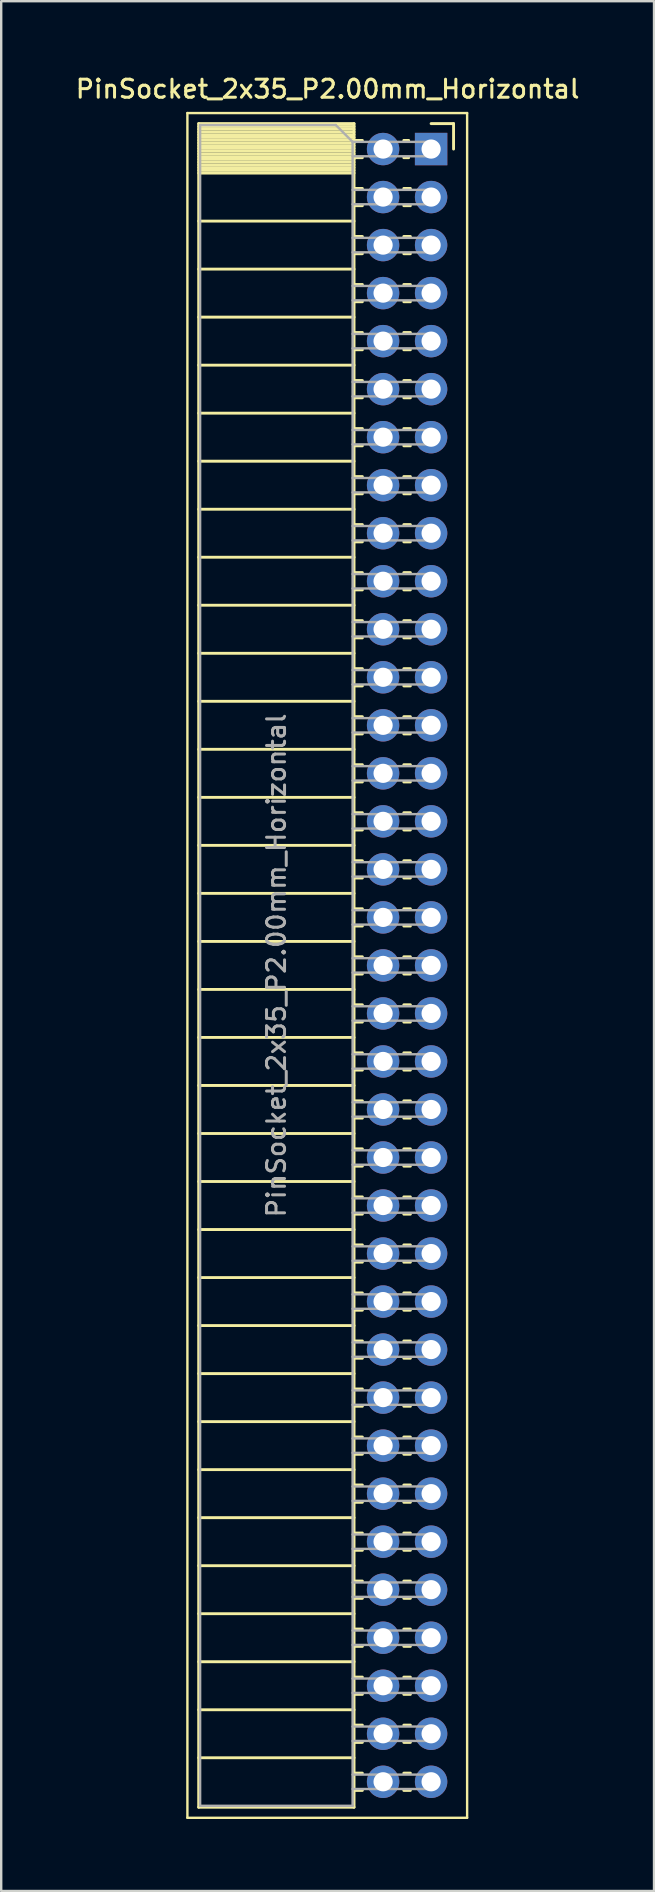
<source format=kicad_pcb>
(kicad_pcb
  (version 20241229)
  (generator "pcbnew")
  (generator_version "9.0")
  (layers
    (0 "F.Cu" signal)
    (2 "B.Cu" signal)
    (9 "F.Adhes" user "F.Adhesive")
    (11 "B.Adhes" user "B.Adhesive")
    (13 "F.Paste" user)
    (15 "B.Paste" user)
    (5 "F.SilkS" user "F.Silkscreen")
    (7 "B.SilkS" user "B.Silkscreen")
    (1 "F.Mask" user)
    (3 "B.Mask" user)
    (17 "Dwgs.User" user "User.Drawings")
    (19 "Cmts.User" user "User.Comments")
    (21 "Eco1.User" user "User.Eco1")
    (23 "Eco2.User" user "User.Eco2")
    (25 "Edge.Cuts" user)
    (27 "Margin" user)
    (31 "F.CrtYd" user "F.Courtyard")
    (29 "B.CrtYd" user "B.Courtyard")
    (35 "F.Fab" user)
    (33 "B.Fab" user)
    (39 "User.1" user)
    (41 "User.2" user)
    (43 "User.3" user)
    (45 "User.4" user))
  (footprint "PinSocket_2x35_P2.00mm_Horizontal"
    (layer "F.Cu")
    (at 14.905 3.158)
    (property "Reference" "PinSocket_2x35_P2.00mm_Horizontal" (at -4.31 -2.5 0) (layer "F.SilkS") (effects (font (size 0.75 0.75) (thickness 0.125))))
    (attr through_hole)
    (fp_line (start -10.15 -1.5) (end -10.15 69.5) (stroke (width 0.1) (type solid)) (layer "F.SilkS"))
    (fp_line (start -10.15 69.5) (end 1.5 69.5) (stroke (width 0.1) (type solid)) (layer "F.SilkS"))
    (fp_line (start -9.68 -1.06) (end -9.68 69.06) (stroke (width 0.12) (type solid)) (layer "F.SilkS"))
    (fp_line (start -9.68 -1.06) (end -3.21 -1.06) (stroke (width 0.12) (type solid)) (layer "F.SilkS"))
    (fp_line (start -9.68 -0.94) (end -3.21 -0.94) (stroke (width 0.12) (type solid)) (layer "F.SilkS"))
    (fp_line (start -9.68 -0.826) (end -3.21 -0.826) (stroke (width 0.12) (type solid)) (layer "F.SilkS"))
    (fp_line (start -9.68 -0.712) (end -3.21 -0.712) (stroke (width 0.12) (type solid)) (layer "F.SilkS"))
    (fp_line (start -9.68 -0.598) (end -3.21 -0.598) (stroke (width 0.12) (type solid)) (layer "F.SilkS"))
    (fp_line (start -9.68 -0.484) (end -3.21 -0.484) (stroke (width 0.12) (type solid)) (layer "F.SilkS"))
    (fp_line (start -9.68 -0.369) (end -3.21 -0.369) (stroke (width 0.12) (type solid)) (layer "F.SilkS"))
    (fp_line (start -9.68 -0.255) (end -3.21 -0.255) (stroke (width 0.12) (type solid)) (layer "F.SilkS"))
    (fp_line (start -9.68 -0.141) (end -3.21 -0.141) (stroke (width 0.12) (type solid)) (layer "F.SilkS"))
    (fp_line (start -9.68 -0.027) (end -3.21 -0.027) (stroke (width 0.12) (type solid)) (layer "F.SilkS"))
    (fp_line (start -9.68 0.087) (end -3.21 0.087) (stroke (width 0.12) (type solid)) (layer "F.SilkS"))
    (fp_line (start -9.68 0.201) (end -3.21 0.201) (stroke (width 0.12) (type solid)) (layer "F.SilkS"))
    (fp_line (start -9.68 0.315) (end -3.21 0.315) (stroke (width 0.12) (type solid)) (layer "F.SilkS"))
    (fp_line (start -9.68 0.429) (end -3.21 0.429) (stroke (width 0.12) (type solid)) (layer "F.SilkS"))
    (fp_line (start -9.68 0.544) (end -3.21 0.544) (stroke (width 0.12) (type solid)) (layer "F.SilkS"))
    (fp_line (start -9.68 0.658) (end -3.21 0.658) (stroke (width 0.12) (type solid)) (layer "F.SilkS"))
    (fp_line (start -9.68 0.772) (end -3.21 0.772) (stroke (width 0.12) (type solid)) (layer "F.SilkS"))
    (fp_line (start -9.68 0.886) (end -3.21 0.886) (stroke (width 0.12) (type solid)) (layer "F.SilkS"))
    (fp_line (start -9.68 1) (end -3.21 1) (stroke (width 0.12) (type solid)) (layer "F.SilkS"))
    (fp_line (start -9.68 3) (end -3.21 3) (stroke (width 0.12) (type solid)) (layer "F.SilkS"))
    (fp_line (start -9.68 5) (end -3.21 5) (stroke (width 0.12) (type solid)) (layer "F.SilkS"))
    (fp_line (start -9.68 7) (end -3.21 7) (stroke (width 0.12) (type solid)) (layer "F.SilkS"))
    (fp_line (start -9.68 9) (end -3.21 9) (stroke (width 0.12) (type solid)) (layer "F.SilkS"))
    (fp_line (start -9.68 11) (end -3.21 11) (stroke (width 0.12) (type solid)) (layer "F.SilkS"))
    (fp_line (start -9.68 13) (end -3.21 13) (stroke (width 0.12) (type solid)) (layer "F.SilkS"))
    (fp_line (start -9.68 15) (end -3.21 15) (stroke (width 0.12) (type solid)) (layer "F.SilkS"))
    (fp_line (start -9.68 17) (end -3.21 17) (stroke (width 0.12) (type solid)) (layer "F.SilkS"))
    (fp_line (start -9.68 19) (end -3.21 19) (stroke (width 0.12) (type solid)) (layer "F.SilkS"))
    (fp_line (start -9.68 21) (end -3.21 21) (stroke (width 0.12) (type solid)) (layer "F.SilkS"))
    (fp_line (start -9.68 23) (end -3.21 23) (stroke (width 0.12) (type solid)) (layer "F.SilkS"))
    (fp_line (start -9.68 25) (end -3.21 25) (stroke (width 0.12) (type solid)) (layer "F.SilkS"))
    (fp_line (start -9.68 27) (end -3.21 27) (stroke (width 0.12) (type solid)) (layer "F.SilkS"))
    (fp_line (start -9.68 29) (end -3.21 29) (stroke (width 0.12) (type solid)) (layer "F.SilkS"))
    (fp_line (start -9.68 31) (end -3.21 31) (stroke (width 0.12) (type solid)) (layer "F.SilkS"))
    (fp_line (start -9.68 33) (end -3.21 33) (stroke (width 0.12) (type solid)) (layer "F.SilkS"))
    (fp_line (start -9.68 35) (end -3.21 35) (stroke (width 0.12) (type solid)) (layer "F.SilkS"))
    (fp_line (start -9.68 37) (end -3.21 37) (stroke (width 0.12) (type solid)) (layer "F.SilkS"))
    (fp_line (start -9.68 39) (end -3.21 39) (stroke (width 0.12) (type solid)) (layer "F.SilkS"))
    (fp_line (start -9.68 41) (end -3.21 41) (stroke (width 0.12) (type solid)) (layer "F.SilkS"))
    (fp_line (start -9.68 43) (end -3.21 43) (stroke (width 0.12) (type solid)) (layer "F.SilkS"))
    (fp_line (start -9.68 45) (end -3.21 45) (stroke (width 0.12) (type solid)) (layer "F.SilkS"))
    (fp_line (start -9.68 47) (end -3.21 47) (stroke (width 0.12) (type solid)) (layer "F.SilkS"))
    (fp_line (start -9.68 49) (end -3.21 49) (stroke (width 0.12) (type solid)) (layer "F.SilkS"))
    (fp_line (start -9.68 51) (end -3.21 51) (stroke (width 0.12) (type solid)) (layer "F.SilkS"))
    (fp_line (start -9.68 53) (end -3.21 53) (stroke (width 0.12) (type solid)) (layer "F.SilkS"))
    (fp_line (start -9.68 55) (end -3.21 55) (stroke (width 0.12) (type solid)) (layer "F.SilkS"))
    (fp_line (start -9.68 57) (end -3.21 57) (stroke (width 0.12) (type solid)) (layer "F.SilkS"))
    (fp_line (start -9.68 59) (end -3.21 59) (stroke (width 0.12) (type solid)) (layer "F.SilkS"))
    (fp_line (start -9.68 61) (end -3.21 61) (stroke (width 0.12) (type solid)) (layer "F.SilkS"))
    (fp_line (start -9.68 63) (end -3.21 63) (stroke (width 0.12) (type solid)) (layer "F.SilkS"))
    (fp_line (start -9.68 65) (end -3.21 65) (stroke (width 0.12) (type solid)) (layer "F.SilkS"))
    (fp_line (start -9.68 67) (end -3.21 67) (stroke (width 0.12) (type solid)) (layer "F.SilkS"))
    (fp_line (start -9.68 69.06) (end -3.21 69.06) (stroke (width 0.12) (type solid)) (layer "F.SilkS"))
    (fp_line (start -3.21 -1.06) (end -3.21 69.06) (stroke (width 0.12) (type solid)) (layer "F.SilkS"))
    (fp_line (start -3.21 -0.36) (end -2.863 -0.36) (stroke (width 0.12) (type solid)) (layer "F.SilkS"))
    (fp_line (start -3.21 0.36) (end -2.863 0.36) (stroke (width 0.12) (type solid)) (layer "F.SilkS"))
    (fp_line (start -3.21 1.64) (end -2.863 1.64) (stroke (width 0.12) (type solid)) (layer "F.SilkS"))
    (fp_line (start -3.21 2.36) (end -2.863 2.36) (stroke (width 0.12) (type solid)) (layer "F.SilkS"))
    (fp_line (start -3.21 3.64) (end -2.863 3.64) (stroke (width 0.12) (type solid)) (layer "F.SilkS"))
    (fp_line (start -3.21 4.36) (end -2.863 4.36) (stroke (width 0.12) (type solid)) (layer "F.SilkS"))
    (fp_line (start -3.21 5.64) (end -2.863 5.64) (stroke (width 0.12) (type solid)) (layer "F.SilkS"))
    (fp_line (start -3.21 6.36) (end -2.863 6.36) (stroke (width 0.12) (type solid)) (layer "F.SilkS"))
    (fp_line (start -3.21 7.64) (end -2.863 7.64) (stroke (width 0.12) (type solid)) (layer "F.SilkS"))
    (fp_line (start -3.21 8.36) (end -2.863 8.36) (stroke (width 0.12) (type solid)) (layer "F.SilkS"))
    (fp_line (start -3.21 9.64) (end -2.863 9.64) (stroke (width 0.12) (type solid)) (layer "F.SilkS"))
    (fp_line (start -3.21 10.36) (end -2.863 10.36) (stroke (width 0.12) (type solid)) (layer "F.SilkS"))
    (fp_line (start -3.21 11.64) (end -2.863 11.64) (stroke (width 0.12) (type solid)) (layer "F.SilkS"))
    (fp_line (start -3.21 12.36) (end -2.863 12.36) (stroke (width 0.12) (type solid)) (layer "F.SilkS"))
    (fp_line (start -3.21 13.64) (end -2.863 13.64) (stroke (width 0.12) (type solid)) (layer "F.SilkS"))
    (fp_line (start -3.21 14.36) (end -2.863 14.36) (stroke (width 0.12) (type solid)) (layer "F.SilkS"))
    (fp_line (start -3.21 15.64) (end -2.863 15.64) (stroke (width 0.12) (type solid)) (layer "F.SilkS"))
    (fp_line (start -3.21 16.36) (end -2.863 16.36) (stroke (width 0.12) (type solid)) (layer "F.SilkS"))
    (fp_line (start -3.21 17.64) (end -2.863 17.64) (stroke (width 0.12) (type solid)) (layer "F.SilkS"))
    (fp_line (start -3.21 18.36) (end -2.863 18.36) (stroke (width 0.12) (type solid)) (layer "F.SilkS"))
    (fp_line (start -3.21 19.64) (end -2.863 19.64) (stroke (width 0.12) (type solid)) (layer "F.SilkS"))
    (fp_line (start -3.21 20.36) (end -2.863 20.36) (stroke (width 0.12) (type solid)) (layer "F.SilkS"))
    (fp_line (start -3.21 21.64) (end -2.863 21.64) (stroke (width 0.12) (type solid)) (layer "F.SilkS"))
    (fp_line (start -3.21 22.36) (end -2.863 22.36) (stroke (width 0.12) (type solid)) (layer "F.SilkS"))
    (fp_line (start -3.21 23.64) (end -2.863 23.64) (stroke (width 0.12) (type solid)) (layer "F.SilkS"))
    (fp_line (start -3.21 24.36) (end -2.863 24.36) (stroke (width 0.12) (type solid)) (layer "F.SilkS"))
    (fp_line (start -3.21 25.64) (end -2.863 25.64) (stroke (width 0.12) (type solid)) (layer "F.SilkS"))
    (fp_line (start -3.21 26.36) (end -2.863 26.36) (stroke (width 0.12) (type solid)) (layer "F.SilkS"))
    (fp_line (start -3.21 27.64) (end -2.863 27.64) (stroke (width 0.12) (type solid)) (layer "F.SilkS"))
    (fp_line (start -3.21 28.36) (end -2.863 28.36) (stroke (width 0.12) (type solid)) (layer "F.SilkS"))
    (fp_line (start -3.21 29.64) (end -2.863 29.64) (stroke (width 0.12) (type solid)) (layer "F.SilkS"))
    (fp_line (start -3.21 30.36) (end -2.863 30.36) (stroke (width 0.12) (type solid)) (layer "F.SilkS"))
    (fp_line (start -3.21 31.64) (end -2.863 31.64) (stroke (width 0.12) (type solid)) (layer "F.SilkS"))
    (fp_line (start -3.21 32.36) (end -2.863 32.36) (stroke (width 0.12) (type solid)) (layer "F.SilkS"))
    (fp_line (start -3.21 33.64) (end -2.863 33.64) (stroke (width 0.12) (type solid)) (layer "F.SilkS"))
    (fp_line (start -3.21 34.36) (end -2.863 34.36) (stroke (width 0.12) (type solid)) (layer "F.SilkS"))
    (fp_line (start -3.21 35.64) (end -2.863 35.64) (stroke (width 0.12) (type solid)) (layer "F.SilkS"))
    (fp_line (start -3.21 36.36) (end -2.863 36.36) (stroke (width 0.12) (type solid)) (layer "F.SilkS"))
    (fp_line (start -3.21 37.64) (end -2.863 37.64) (stroke (width 0.12) (type solid)) (layer "F.SilkS"))
    (fp_line (start -3.21 38.36) (end -2.863 38.36) (stroke (width 0.12) (type solid)) (layer "F.SilkS"))
    (fp_line (start -3.21 39.64) (end -2.863 39.64) (stroke (width 0.12) (type solid)) (layer "F.SilkS"))
    (fp_line (start -3.21 40.36) (end -2.863 40.36) (stroke (width 0.12) (type solid)) (layer "F.SilkS"))
    (fp_line (start -3.21 41.64) (end -2.863 41.64) (stroke (width 0.12) (type solid)) (layer "F.SilkS"))
    (fp_line (start -3.21 42.36) (end -2.863 42.36) (stroke (width 0.12) (type solid)) (layer "F.SilkS"))
    (fp_line (start -3.21 43.64) (end -2.863 43.64) (stroke (width 0.12) (type solid)) (layer "F.SilkS"))
    (fp_line (start -3.21 44.36) (end -2.863 44.36) (stroke (width 0.12) (type solid)) (layer "F.SilkS"))
    (fp_line (start -3.21 45.64) (end -2.863 45.64) (stroke (width 0.12) (type solid)) (layer "F.SilkS"))
    (fp_line (start -3.21 46.36) (end -2.863 46.36) (stroke (width 0.12) (type solid)) (layer "F.SilkS"))
    (fp_line (start -3.21 47.64) (end -2.863 47.64) (stroke (width 0.12) (type solid)) (layer "F.SilkS"))
    (fp_line (start -3.21 48.36) (end -2.863 48.36) (stroke (width 0.12) (type solid)) (layer "F.SilkS"))
    (fp_line (start -3.21 49.64) (end -2.863 49.64) (stroke (width 0.12) (type solid)) (layer "F.SilkS"))
    (fp_line (start -3.21 50.36) (end -2.863 50.36) (stroke (width 0.12) (type solid)) (layer "F.SilkS"))
    (fp_line (start -3.21 51.64) (end -2.863 51.64) (stroke (width 0.12) (type solid)) (layer "F.SilkS"))
    (fp_line (start -3.21 52.36) (end -2.863 52.36) (stroke (width 0.12) (type solid)) (layer "F.SilkS"))
    (fp_line (start -3.21 53.64) (end -2.863 53.64) (stroke (width 0.12) (type solid)) (layer "F.SilkS"))
    (fp_line (start -3.21 54.36) (end -2.863 54.36) (stroke (width 0.12) (type solid)) (layer "F.SilkS"))
    (fp_line (start -3.21 55.64) (end -2.863 55.64) (stroke (width 0.12) (type solid)) (layer "F.SilkS"))
    (fp_line (start -3.21 56.36) (end -2.863 56.36) (stroke (width 0.12) (type solid)) (layer "F.SilkS"))
    (fp_line (start -3.21 57.64) (end -2.863 57.64) (stroke (width 0.12) (type solid)) (layer "F.SilkS"))
    (fp_line (start -3.21 58.36) (end -2.863 58.36) (stroke (width 0.12) (type solid)) (layer "F.SilkS"))
    (fp_line (start -3.21 59.64) (end -2.863 59.64) (stroke (width 0.12) (type solid)) (layer "F.SilkS"))
    (fp_line (start -3.21 60.36) (end -2.863 60.36) (stroke (width 0.12) (type solid)) (layer "F.SilkS"))
    (fp_line (start -3.21 61.64) (end -2.863 61.64) (stroke (width 0.12) (type solid)) (layer "F.SilkS"))
    (fp_line (start -3.21 62.36) (end -2.863 62.36) (stroke (width 0.12) (type solid)) (layer "F.SilkS"))
    (fp_line (start -3.21 63.64) (end -2.863 63.64) (stroke (width 0.12) (type solid)) (layer "F.SilkS"))
    (fp_line (start -3.21 64.36) (end -2.863 64.36) (stroke (width 0.12) (type solid)) (layer "F.SilkS"))
    (fp_line (start -3.21 65.64) (end -2.863 65.64) (stroke (width 0.12) (type solid)) (layer "F.SilkS"))
    (fp_line (start -3.21 66.36) (end -2.863 66.36) (stroke (width 0.12) (type solid)) (layer "F.SilkS"))
    (fp_line (start -3.21 67.64) (end -2.863 67.64) (stroke (width 0.12) (type solid)) (layer "F.SilkS"))
    (fp_line (start -3.21 68.36) (end -2.863 68.36) (stroke (width 0.12) (type solid)) (layer "F.SilkS"))
    (fp_line (start -1.137 -0.36) (end -0.935 -0.36) (stroke (width 0.12) (type solid)) (layer "F.SilkS"))
    (fp_line (start -1.137 0.36) (end -0.935 0.36) (stroke (width 0.12) (type solid)) (layer "F.SilkS"))
    (fp_line (start -1.137 1.64) (end -0.863 1.64) (stroke (width 0.12) (type solid)) (layer "F.SilkS"))
    (fp_line (start -1.137 2.36) (end -0.863 2.36) (stroke (width 0.12) (type solid)) (layer "F.SilkS"))
    (fp_line (start -1.137 3.64) (end -0.863 3.64) (stroke (width 0.12) (type solid)) (layer "F.SilkS"))
    (fp_line (start -1.137 4.36) (end -0.863 4.36) (stroke (width 0.12) (type solid)) (layer "F.SilkS"))
    (fp_line (start -1.137 5.64) (end -0.863 5.64) (stroke (width 0.12) (type solid)) (layer "F.SilkS"))
    (fp_line (start -1.137 6.36) (end -0.863 6.36) (stroke (width 0.12) (type solid)) (layer "F.SilkS"))
    (fp_line (start -1.137 7.64) (end -0.863 7.64) (stroke (width 0.12) (type solid)) (layer "F.SilkS"))
    (fp_line (start -1.137 8.36) (end -0.863 8.36) (stroke (width 0.12) (type solid)) (layer "F.SilkS"))
    (fp_line (start -1.137 9.64) (end -0.863 9.64) (stroke (width 0.12) (type solid)) (layer "F.SilkS"))
    (fp_line (start -1.137 10.36) (end -0.863 10.36) (stroke (width 0.12) (type solid)) (layer "F.SilkS"))
    (fp_line (start -1.137 11.64) (end -0.863 11.64) (stroke (width 0.12) (type solid)) (layer "F.SilkS"))
    (fp_line (start -1.137 12.36) (end -0.863 12.36) (stroke (width 0.12) (type solid)) (layer "F.SilkS"))
    (fp_line (start -1.137 13.64) (end -0.863 13.64) (stroke (width 0.12) (type solid)) (layer "F.SilkS"))
    (fp_line (start -1.137 14.36) (end -0.863 14.36) (stroke (width 0.12) (type solid)) (layer "F.SilkS"))
    (fp_line (start -1.137 15.64) (end -0.863 15.64) (stroke (width 0.12) (type solid)) (layer "F.SilkS"))
    (fp_line (start -1.137 16.36) (end -0.863 16.36) (stroke (width 0.12) (type solid)) (layer "F.SilkS"))
    (fp_line (start -1.137 17.64) (end -0.863 17.64) (stroke (width 0.12) (type solid)) (layer "F.SilkS"))
    (fp_line (start -1.137 18.36) (end -0.863 18.36) (stroke (width 0.12) (type solid)) (layer "F.SilkS"))
    (fp_line (start -1.137 19.64) (end -0.863 19.64) (stroke (width 0.12) (type solid)) (layer "F.SilkS"))
    (fp_line (start -1.137 20.36) (end -0.863 20.36) (stroke (width 0.12) (type solid)) (layer "F.SilkS"))
    (fp_line (start -1.137 21.64) (end -0.863 21.64) (stroke (width 0.12) (type solid)) (layer "F.SilkS"))
    (fp_line (start -1.137 22.36) (end -0.863 22.36) (stroke (width 0.12) (type solid)) (layer "F.SilkS"))
    (fp_line (start -1.137 23.64) (end -0.863 23.64) (stroke (width 0.12) (type solid)) (layer "F.SilkS"))
    (fp_line (start -1.137 24.36) (end -0.863 24.36) (stroke (width 0.12) (type solid)) (layer "F.SilkS"))
    (fp_line (start -1.137 25.64) (end -0.863 25.64) (stroke (width 0.12) (type solid)) (layer "F.SilkS"))
    (fp_line (start -1.137 26.36) (end -0.863 26.36) (stroke (width 0.12) (type solid)) (layer "F.SilkS"))
    (fp_line (start -1.137 27.64) (end -0.863 27.64) (stroke (width 0.12) (type solid)) (layer "F.SilkS"))
    (fp_line (start -1.137 28.36) (end -0.863 28.36) (stroke (width 0.12) (type solid)) (layer "F.SilkS"))
    (fp_line (start -1.137 29.64) (end -0.863 29.64) (stroke (width 0.12) (type solid)) (layer "F.SilkS"))
    (fp_line (start -1.137 30.36) (end -0.863 30.36) (stroke (width 0.12) (type solid)) (layer "F.SilkS"))
    (fp_line (start -1.137 31.64) (end -0.863 31.64) (stroke (width 0.12) (type solid)) (layer "F.SilkS"))
    (fp_line (start -1.137 32.36) (end -0.863 32.36) (stroke (width 0.12) (type solid)) (layer "F.SilkS"))
    (fp_line (start -1.137 33.64) (end -0.863 33.64) (stroke (width 0.12) (type solid)) (layer "F.SilkS"))
    (fp_line (start -1.137 34.36) (end -0.863 34.36) (stroke (width 0.12) (type solid)) (layer "F.SilkS"))
    (fp_line (start -1.137 35.64) (end -0.863 35.64) (stroke (width 0.12) (type solid)) (layer "F.SilkS"))
    (fp_line (start -1.137 36.36) (end -0.863 36.36) (stroke (width 0.12) (type solid)) (layer "F.SilkS"))
    (fp_line (start -1.137 37.64) (end -0.863 37.64) (stroke (width 0.12) (type solid)) (layer "F.SilkS"))
    (fp_line (start -1.137 38.36) (end -0.863 38.36) (stroke (width 0.12) (type solid)) (layer "F.SilkS"))
    (fp_line (start -1.137 39.64) (end -0.863 39.64) (stroke (width 0.12) (type solid)) (layer "F.SilkS"))
    (fp_line (start -1.137 40.36) (end -0.863 40.36) (stroke (width 0.12) (type solid)) (layer "F.SilkS"))
    (fp_line (start -1.137 41.64) (end -0.863 41.64) (stroke (width 0.12) (type solid)) (layer "F.SilkS"))
    (fp_line (start -1.137 42.36) (end -0.863 42.36) (stroke (width 0.12) (type solid)) (layer "F.SilkS"))
    (fp_line (start -1.137 43.64) (end -0.863 43.64) (stroke (width 0.12) (type solid)) (layer "F.SilkS"))
    (fp_line (start -1.137 44.36) (end -0.863 44.36) (stroke (width 0.12) (type solid)) (layer "F.SilkS"))
    (fp_line (start -1.137 45.64) (end -0.863 45.64) (stroke (width 0.12) (type solid)) (layer "F.SilkS"))
    (fp_line (start -1.137 46.36) (end -0.863 46.36) (stroke (width 0.12) (type solid)) (layer "F.SilkS"))
    (fp_line (start -1.137 47.64) (end -0.863 47.64) (stroke (width 0.12) (type solid)) (layer "F.SilkS"))
    (fp_line (start -1.137 48.36) (end -0.863 48.36) (stroke (width 0.12) (type solid)) (layer "F.SilkS"))
    (fp_line (start -1.137 49.64) (end -0.863 49.64) (stroke (width 0.12) (type solid)) (layer "F.SilkS"))
    (fp_line (start -1.137 50.36) (end -0.863 50.36) (stroke (width 0.12) (type solid)) (layer "F.SilkS"))
    (fp_line (start -1.137 51.64) (end -0.863 51.64) (stroke (width 0.12) (type solid)) (layer "F.SilkS"))
    (fp_line (start -1.137 52.36) (end -0.863 52.36) (stroke (width 0.12) (type solid)) (layer "F.SilkS"))
    (fp_line (start -1.137 53.64) (end -0.863 53.64) (stroke (width 0.12) (type solid)) (layer "F.SilkS"))
    (fp_line (start -1.137 54.36) (end -0.863 54.36) (stroke (width 0.12) (type solid)) (layer "F.SilkS"))
    (fp_line (start -1.137 55.64) (end -0.863 55.64) (stroke (width 0.12) (type solid)) (layer "F.SilkS"))
    (fp_line (start -1.137 56.36) (end -0.863 56.36) (stroke (width 0.12) (type solid)) (layer "F.SilkS"))
    (fp_line (start -1.137 57.64) (end -0.863 57.64) (stroke (width 0.12) (type solid)) (layer "F.SilkS"))
    (fp_line (start -1.137 58.36) (end -0.863 58.36) (stroke (width 0.12) (type solid)) (layer "F.SilkS"))
    (fp_line (start -1.137 59.64) (end -0.863 59.64) (stroke (width 0.12) (type solid)) (layer "F.SilkS"))
    (fp_line (start -1.137 60.36) (end -0.863 60.36) (stroke (width 0.12) (type solid)) (layer "F.SilkS"))
    (fp_line (start -1.137 61.64) (end -0.863 61.64) (stroke (width 0.12) (type solid)) (layer "F.SilkS"))
    (fp_line (start -1.137 62.36) (end -0.863 62.36) (stroke (width 0.12) (type solid)) (layer "F.SilkS"))
    (fp_line (start -1.137 63.64) (end -0.863 63.64) (stroke (width 0.12) (type solid)) (layer "F.SilkS"))
    (fp_line (start -1.137 64.36) (end -0.863 64.36) (stroke (width 0.12) (type solid)) (layer "F.SilkS"))
    (fp_line (start -1.137 65.64) (end -0.863 65.64) (stroke (width 0.12) (type solid)) (layer "F.SilkS"))
    (fp_line (start -1.137 66.36) (end -0.863 66.36) (stroke (width 0.12) (type solid)) (layer "F.SilkS"))
    (fp_line (start -1.137 67.64) (end -0.863 67.64) (stroke (width 0.12) (type solid)) (layer "F.SilkS"))
    (fp_line (start -1.137 68.36) (end -0.863 68.36) (stroke (width 0.12) (type solid)) (layer "F.SilkS"))
    (fp_line (start 0 -1.06) (end 0.935 -1.06) (stroke (width 0.12) (type solid)) (layer "F.SilkS"))
    (fp_line (start 0.935 -1.06) (end 0.935 0) (stroke (width 0.12) (type solid)) (layer "F.SilkS"))
    (fp_line (start 1.5 -1.5) (end -10.15 -1.5) (stroke (width 0.1) (type solid)) (layer "F.SilkS"))
    (fp_line (start 1.5 69.5) (end 1.5 -1.5) (stroke (width 0.1) (type solid)) (layer "F.SilkS"))
    (fp_line (start -9.62 -1) (end -3.97 -1) (stroke (width 0.1) (type solid)) (layer "F.Fab"))
    (fp_line (start -9.62 69) (end -9.62 -1) (stroke (width 0.1) (type solid)) (layer "F.Fab"))
    (fp_line (start -3.97 -1) (end -3.27 -0.3) (stroke (width 0.1) (type solid)) (layer "F.Fab"))
    (fp_line (start -3.27 -0.3) (end -3.27 69) (stroke (width 0.1) (type solid)) (layer "F.Fab"))
    (fp_line (start -3.27 0.3) (end 0 0.3) (stroke (width 0.1) (type solid)) (layer "F.Fab"))
    (fp_line (start -3.27 2.3) (end 0 2.3) (stroke (width 0.1) (type solid)) (layer "F.Fab"))
    (fp_line (start -3.27 4.3) (end 0 4.3) (stroke (width 0.1) (type solid)) (layer "F.Fab"))
    (fp_line (start -3.27 6.3) (end 0 6.3) (stroke (width 0.1) (type solid)) (layer "F.Fab"))
    (fp_line (start -3.27 8.3) (end 0 8.3) (stroke (width 0.1) (type solid)) (layer "F.Fab"))
    (fp_line (start -3.27 10.3) (end 0 10.3) (stroke (width 0.1) (type solid)) (layer "F.Fab"))
    (fp_line (start -3.27 12.3) (end 0 12.3) (stroke (width 0.1) (type solid)) (layer "F.Fab"))
    (fp_line (start -3.27 14.3) (end 0 14.3) (stroke (width 0.1) (type solid)) (layer "F.Fab"))
    (fp_line (start -3.27 16.3) (end 0 16.3) (stroke (width 0.1) (type solid)) (layer "F.Fab"))
    (fp_line (start -3.27 18.3) (end 0 18.3) (stroke (width 0.1) (type solid)) (layer "F.Fab"))
    (fp_line (start -3.27 20.3) (end 0 20.3) (stroke (width 0.1) (type solid)) (layer "F.Fab"))
    (fp_line (start -3.27 22.3) (end 0 22.3) (stroke (width 0.1) (type solid)) (layer "F.Fab"))
    (fp_line (start -3.27 24.3) (end 0 24.3) (stroke (width 0.1) (type solid)) (layer "F.Fab"))
    (fp_line (start -3.27 26.3) (end 0 26.3) (stroke (width 0.1) (type solid)) (layer "F.Fab"))
    (fp_line (start -3.27 28.3) (end 0 28.3) (stroke (width 0.1) (type solid)) (layer "F.Fab"))
    (fp_line (start -3.27 30.3) (end 0 30.3) (stroke (width 0.1) (type solid)) (layer "F.Fab"))
    (fp_line (start -3.27 32.3) (end 0 32.3) (stroke (width 0.1) (type solid)) (layer "F.Fab"))
    (fp_line (start -3.27 34.3) (end 0 34.3) (stroke (width 0.1) (type solid)) (layer "F.Fab"))
    (fp_line (start -3.27 36.3) (end 0 36.3) (stroke (width 0.1) (type solid)) (layer "F.Fab"))
    (fp_line (start -3.27 38.3) (end 0 38.3) (stroke (width 0.1) (type solid)) (layer "F.Fab"))
    (fp_line (start -3.27 40.3) (end 0 40.3) (stroke (width 0.1) (type solid)) (layer "F.Fab"))
    (fp_line (start -3.27 42.3) (end 0 42.3) (stroke (width 0.1) (type solid)) (layer "F.Fab"))
    (fp_line (start -3.27 44.3) (end 0 44.3) (stroke (width 0.1) (type solid)) (layer "F.Fab"))
    (fp_line (start -3.27 46.3) (end 0 46.3) (stroke (width 0.1) (type solid)) (layer "F.Fab"))
    (fp_line (start -3.27 48.3) (end 0 48.3) (stroke (width 0.1) (type solid)) (layer "F.Fab"))
    (fp_line (start -3.27 50.3) (end 0 50.3) (stroke (width 0.1) (type solid)) (layer "F.Fab"))
    (fp_line (start -3.27 52.3) (end 0 52.3) (stroke (width 0.1) (type solid)) (layer "F.Fab"))
    (fp_line (start -3.27 54.3) (end 0 54.3) (stroke (width 0.1) (type solid)) (layer "F.Fab"))
    (fp_line (start -3.27 56.3) (end 0 56.3) (stroke (width 0.1) (type solid)) (layer "F.Fab"))
    (fp_line (start -3.27 58.3) (end 0 58.3) (stroke (width 0.1) (type solid)) (layer "F.Fab"))
    (fp_line (start -3.27 60.3) (end 0 60.3) (stroke (width 0.1) (type solid)) (layer "F.Fab"))
    (fp_line (start -3.27 62.3) (end 0 62.3) (stroke (width 0.1) (type solid)) (layer "F.Fab"))
    (fp_line (start -3.27 64.3) (end 0 64.3) (stroke (width 0.1) (type solid)) (layer "F.Fab"))
    (fp_line (start -3.27 66.3) (end 0 66.3) (stroke (width 0.1) (type solid)) (layer "F.Fab"))
    (fp_line (start -3.27 68.3) (end 0 68.3) (stroke (width 0.1) (type solid)) (layer "F.Fab"))
    (fp_line (start -3.27 69) (end -9.62 69) (stroke (width 0.1) (type solid)) (layer "F.Fab"))
    (fp_line (start 0 -0.3) (end -3.27 -0.3) (stroke (width 0.1) (type solid)) (layer "F.Fab"))
    (fp_line (start 0 0.3) (end 0 -0.3) (stroke (width 0.1) (type solid)) (layer "F.Fab"))
    (fp_line (start 0 1.7) (end -3.27 1.7) (stroke (width 0.1) (type solid)) (layer "F.Fab"))
    (fp_line (start 0 2.3) (end 0 1.7) (stroke (width 0.1) (type solid)) (layer "F.Fab"))
    (fp_line (start 0 3.7) (end -3.27 3.7) (stroke (width 0.1) (type solid)) (layer "F.Fab"))
    (fp_line (start 0 4.3) (end 0 3.7) (stroke (width 0.1) (type solid)) (layer "F.Fab"))
    (fp_line (start 0 5.7) (end -3.27 5.7) (stroke (width 0.1) (type solid)) (layer "F.Fab"))
    (fp_line (start 0 6.3) (end 0 5.7) (stroke (width 0.1) (type solid)) (layer "F.Fab"))
    (fp_line (start 0 7.7) (end -3.27 7.7) (stroke (width 0.1) (type solid)) (layer "F.Fab"))
    (fp_line (start 0 8.3) (end 0 7.7) (stroke (width 0.1) (type solid)) (layer "F.Fab"))
    (fp_line (start 0 9.7) (end -3.27 9.7) (stroke (width 0.1) (type solid)) (layer "F.Fab"))
    (fp_line (start 0 10.3) (end 0 9.7) (stroke (width 0.1) (type solid)) (layer "F.Fab"))
    (fp_line (start 0 11.7) (end -3.27 11.7) (stroke (width 0.1) (type solid)) (layer "F.Fab"))
    (fp_line (start 0 12.3) (end 0 11.7) (stroke (width 0.1) (type solid)) (layer "F.Fab"))
    (fp_line (start 0 13.7) (end -3.27 13.7) (stroke (width 0.1) (type solid)) (layer "F.Fab"))
    (fp_line (start 0 14.3) (end 0 13.7) (stroke (width 0.1) (type solid)) (layer "F.Fab"))
    (fp_line (start 0 15.7) (end -3.27 15.7) (stroke (width 0.1) (type solid)) (layer "F.Fab"))
    (fp_line (start 0 16.3) (end 0 15.7) (stroke (width 0.1) (type solid)) (layer "F.Fab"))
    (fp_line (start 0 17.7) (end -3.27 17.7) (stroke (width 0.1) (type solid)) (layer "F.Fab"))
    (fp_line (start 0 18.3) (end 0 17.7) (stroke (width 0.1) (type solid)) (layer "F.Fab"))
    (fp_line (start 0 19.7) (end -3.27 19.7) (stroke (width 0.1) (type solid)) (layer "F.Fab"))
    (fp_line (start 0 20.3) (end 0 19.7) (stroke (width 0.1) (type solid)) (layer "F.Fab"))
    (fp_line (start 0 21.7) (end -3.27 21.7) (stroke (width 0.1) (type solid)) (layer "F.Fab"))
    (fp_line (start 0 22.3) (end 0 21.7) (stroke (width 0.1) (type solid)) (layer "F.Fab"))
    (fp_line (start 0 23.7) (end -3.27 23.7) (stroke (width 0.1) (type solid)) (layer "F.Fab"))
    (fp_line (start 0 24.3) (end 0 23.7) (stroke (width 0.1) (type solid)) (layer "F.Fab"))
    (fp_line (start 0 25.7) (end -3.27 25.7) (stroke (width 0.1) (type solid)) (layer "F.Fab"))
    (fp_line (start 0 26.3) (end 0 25.7) (stroke (width 0.1) (type solid)) (layer "F.Fab"))
    (fp_line (start 0 27.7) (end -3.27 27.7) (stroke (width 0.1) (type solid)) (layer "F.Fab"))
    (fp_line (start 0 28.3) (end 0 27.7) (stroke (width 0.1) (type solid)) (layer "F.Fab"))
    (fp_line (start 0 29.7) (end -3.27 29.7) (stroke (width 0.1) (type solid)) (layer "F.Fab"))
    (fp_line (start 0 30.3) (end 0 29.7) (stroke (width 0.1) (type solid)) (layer "F.Fab"))
    (fp_line (start 0 31.7) (end -3.27 31.7) (stroke (width 0.1) (type solid)) (layer "F.Fab"))
    (fp_line (start 0 32.3) (end 0 31.7) (stroke (width 0.1) (type solid)) (layer "F.Fab"))
    (fp_line (start 0 33.7) (end -3.27 33.7) (stroke (width 0.1) (type solid)) (layer "F.Fab"))
    (fp_line (start 0 34.3) (end 0 33.7) (stroke (width 0.1) (type solid)) (layer "F.Fab"))
    (fp_line (start 0 35.7) (end -3.27 35.7) (stroke (width 0.1) (type solid)) (layer "F.Fab"))
    (fp_line (start 0 36.3) (end 0 35.7) (stroke (width 0.1) (type solid)) (layer "F.Fab"))
    (fp_line (start 0 37.7) (end -3.27 37.7) (stroke (width 0.1) (type solid)) (layer "F.Fab"))
    (fp_line (start 0 38.3) (end 0 37.7) (stroke (width 0.1) (type solid)) (layer "F.Fab"))
    (fp_line (start 0 39.7) (end -3.27 39.7) (stroke (width 0.1) (type solid)) (layer "F.Fab"))
    (fp_line (start 0 40.3) (end 0 39.7) (stroke (width 0.1) (type solid)) (layer "F.Fab"))
    (fp_line (start 0 41.7) (end -3.27 41.7) (stroke (width 0.1) (type solid)) (layer "F.Fab"))
    (fp_line (start 0 42.3) (end 0 41.7) (stroke (width 0.1) (type solid)) (layer "F.Fab"))
    (fp_line (start 0 43.7) (end -3.27 43.7) (stroke (width 0.1) (type solid)) (layer "F.Fab"))
    (fp_line (start 0 44.3) (end 0 43.7) (stroke (width 0.1) (type solid)) (layer "F.Fab"))
    (fp_line (start 0 45.7) (end -3.27 45.7) (stroke (width 0.1) (type solid)) (layer "F.Fab"))
    (fp_line (start 0 46.3) (end 0 45.7) (stroke (width 0.1) (type solid)) (layer "F.Fab"))
    (fp_line (start 0 47.7) (end -3.27 47.7) (stroke (width 0.1) (type solid)) (layer "F.Fab"))
    (fp_line (start 0 48.3) (end 0 47.7) (stroke (width 0.1) (type solid)) (layer "F.Fab"))
    (fp_line (start 0 49.7) (end -3.27 49.7) (stroke (width 0.1) (type solid)) (layer "F.Fab"))
    (fp_line (start 0 50.3) (end 0 49.7) (stroke (width 0.1) (type solid)) (layer "F.Fab"))
    (fp_line (start 0 51.7) (end -3.27 51.7) (stroke (width 0.1) (type solid)) (layer "F.Fab"))
    (fp_line (start 0 52.3) (end 0 51.7) (stroke (width 0.1) (type solid)) (layer "F.Fab"))
    (fp_line (start 0 53.7) (end -3.27 53.7) (stroke (width 0.1) (type solid)) (layer "F.Fab"))
    (fp_line (start 0 54.3) (end 0 53.7) (stroke (width 0.1) (type solid)) (layer "F.Fab"))
    (fp_line (start 0 55.7) (end -3.27 55.7) (stroke (width 0.1) (type solid)) (layer "F.Fab"))
    (fp_line (start 0 56.3) (end 0 55.7) (stroke (width 0.1) (type solid)) (layer "F.Fab"))
    (fp_line (start 0 57.7) (end -3.27 57.7) (stroke (width 0.1) (type solid)) (layer "F.Fab"))
    (fp_line (start 0 58.3) (end 0 57.7) (stroke (width 0.1) (type solid)) (layer "F.Fab"))
    (fp_line (start 0 59.7) (end -3.27 59.7) (stroke (width 0.1) (type solid)) (layer "F.Fab"))
    (fp_line (start 0 60.3) (end 0 59.7) (stroke (width 0.1) (type solid)) (layer "F.Fab"))
    (fp_line (start 0 61.7) (end -3.27 61.7) (stroke (width 0.1) (type solid)) (layer "F.Fab"))
    (fp_line (start 0 62.3) (end 0 61.7) (stroke (width 0.1) (type solid)) (layer "F.Fab"))
    (fp_line (start 0 63.7) (end -3.27 63.7) (stroke (width 0.1) (type solid)) (layer "F.Fab"))
    (fp_line (start 0 64.3) (end 0 63.7) (stroke (width 0.1) (type solid)) (layer "F.Fab"))
    (fp_line (start 0 65.7) (end -3.27 65.7) (stroke (width 0.1) (type solid)) (layer "F.Fab"))
    (fp_line (start 0 66.3) (end 0 65.7) (stroke (width 0.1) (type solid)) (layer "F.Fab"))
    (fp_line (start 0 67.7) (end -3.27 67.7) (stroke (width 0.1) (type solid)) (layer "F.Fab"))
    (fp_line (start 0 68.3) (end 0 67.7) (stroke (width 0.1) (type solid)) (layer "F.Fab"))
    (fp_text user "${REFERENCE}" (at -6.445 34 90) (layer "F.Fab") (effects (font (size 0.75 0.75) (thickness 0.125))))
    (pad "1" thru_hole rect (at 0 0) (size 1.35 1.35) (drill 0.8) (layers "*.Cu" "*.Mask"))
    (pad "2" thru_hole oval (at -2 0) (size 1.35 1.35) (drill 0.8) (layers "*.Cu" "*.Mask"))
    (pad "3" thru_hole oval (at 0 2) (size 1.35 1.35) (drill 0.8) (layers "*.Cu" "*.Mask"))
    (pad "4" thru_hole oval (at -2 2) (size 1.35 1.35) (drill 0.8) (layers "*.Cu" "*.Mask"))
    (pad "5" thru_hole oval (at 0 4) (size 1.35 1.35) (drill 0.8) (layers "*.Cu" "*.Mask"))
    (pad "6" thru_hole oval (at -2 4) (size 1.35 1.35) (drill 0.8) (layers "*.Cu" "*.Mask"))
    (pad "7" thru_hole oval (at 0 6) (size 1.35 1.35) (drill 0.8) (layers "*.Cu" "*.Mask"))
    (pad "8" thru_hole oval (at -2 6) (size 1.35 1.35) (drill 0.8) (layers "*.Cu" "*.Mask"))
    (pad "9" thru_hole oval (at 0 8) (size 1.35 1.35) (drill 0.8) (layers "*.Cu" "*.Mask"))
    (pad "10" thru_hole oval (at -2 8) (size 1.35 1.35) (drill 0.8) (layers "*.Cu" "*.Mask"))
    (pad "11" thru_hole oval (at 0 10) (size 1.35 1.35) (drill 0.8) (layers "*.Cu" "*.Mask"))
    (pad "12" thru_hole oval (at -2 10) (size 1.35 1.35) (drill 0.8) (layers "*.Cu" "*.Mask"))
    (pad "13" thru_hole oval (at 0 12) (size 1.35 1.35) (drill 0.8) (layers "*.Cu" "*.Mask"))
    (pad "14" thru_hole oval (at -2 12) (size 1.35 1.35) (drill 0.8) (layers "*.Cu" "*.Mask"))
    (pad "15" thru_hole oval (at 0 14) (size 1.35 1.35) (drill 0.8) (layers "*.Cu" "*.Mask"))
    (pad "16" thru_hole oval (at -2 14) (size 1.35 1.35) (drill 0.8) (layers "*.Cu" "*.Mask"))
    (pad "17" thru_hole oval (at 0 16) (size 1.35 1.35) (drill 0.8) (layers "*.Cu" "*.Mask"))
    (pad "18" thru_hole oval (at -2 16) (size 1.35 1.35) (drill 0.8) (layers "*.Cu" "*.Mask"))
    (pad "19" thru_hole oval (at 0 18) (size 1.35 1.35) (drill 0.8) (layers "*.Cu" "*.Mask"))
    (pad "20" thru_hole oval (at -2 18) (size 1.35 1.35) (drill 0.8) (layers "*.Cu" "*.Mask"))
    (pad "21" thru_hole oval (at 0 20) (size 1.35 1.35) (drill 0.8) (layers "*.Cu" "*.Mask"))
    (pad "22" thru_hole oval (at -2 20) (size 1.35 1.35) (drill 0.8) (layers "*.Cu" "*.Mask"))
    (pad "23" thru_hole oval (at 0 22) (size 1.35 1.35) (drill 0.8) (layers "*.Cu" "*.Mask"))
    (pad "24" thru_hole oval (at -2 22) (size 1.35 1.35) (drill 0.8) (layers "*.Cu" "*.Mask"))
    (pad "25" thru_hole oval (at 0 24) (size 1.35 1.35) (drill 0.8) (layers "*.Cu" "*.Mask"))
    (pad "26" thru_hole oval (at -2 24) (size 1.35 1.35) (drill 0.8) (layers "*.Cu" "*.Mask"))
    (pad "27" thru_hole oval (at 0 26) (size 1.35 1.35) (drill 0.8) (layers "*.Cu" "*.Mask"))
    (pad "28" thru_hole oval (at -2 26) (size 1.35 1.35) (drill 0.8) (layers "*.Cu" "*.Mask"))
    (pad "29" thru_hole oval (at 0 28) (size 1.35 1.35) (drill 0.8) (layers "*.Cu" "*.Mask"))
    (pad "30" thru_hole oval (at -2 28) (size 1.35 1.35) (drill 0.8) (layers "*.Cu" "*.Mask"))
    (pad "31" thru_hole oval (at 0 30) (size 1.35 1.35) (drill 0.8) (layers "*.Cu" "*.Mask"))
    (pad "32" thru_hole oval (at -2 30) (size 1.35 1.35) (drill 0.8) (layers "*.Cu" "*.Mask"))
    (pad "33" thru_hole oval (at 0 32) (size 1.35 1.35) (drill 0.8) (layers "*.Cu" "*.Mask"))
    (pad "34" thru_hole oval (at -2 32) (size 1.35 1.35) (drill 0.8) (layers "*.Cu" "*.Mask"))
    (pad "35" thru_hole oval (at 0 34) (size 1.35 1.35) (drill 0.8) (layers "*.Cu" "*.Mask"))
    (pad "36" thru_hole oval (at -2 34) (size 1.35 1.35) (drill 0.8) (layers "*.Cu" "*.Mask"))
    (pad "37" thru_hole oval (at 0 36) (size 1.35 1.35) (drill 0.8) (layers "*.Cu" "*.Mask"))
    (pad "38" thru_hole oval (at -2 36) (size 1.35 1.35) (drill 0.8) (layers "*.Cu" "*.Mask"))
    (pad "39" thru_hole oval (at 0 38) (size 1.35 1.35) (drill 0.8) (layers "*.Cu" "*.Mask"))
    (pad "40" thru_hole oval (at -2 38) (size 1.35 1.35) (drill 0.8) (layers "*.Cu" "*.Mask"))
    (pad "41" thru_hole oval (at 0 40) (size 1.35 1.35) (drill 0.8) (layers "*.Cu" "*.Mask"))
    (pad "42" thru_hole oval (at -2 40) (size 1.35 1.35) (drill 0.8) (layers "*.Cu" "*.Mask"))
    (pad "43" thru_hole oval (at 0 42) (size 1.35 1.35) (drill 0.8) (layers "*.Cu" "*.Mask"))
    (pad "44" thru_hole oval (at -2 42) (size 1.35 1.35) (drill 0.8) (layers "*.Cu" "*.Mask"))
    (pad "45" thru_hole oval (at 0 44) (size 1.35 1.35) (drill 0.8) (layers "*.Cu" "*.Mask"))
    (pad "46" thru_hole oval (at -2 44) (size 1.35 1.35) (drill 0.8) (layers "*.Cu" "*.Mask"))
    (pad "47" thru_hole oval (at 0 46) (size 1.35 1.35) (drill 0.8) (layers "*.Cu" "*.Mask"))
    (pad "48" thru_hole oval (at -2 46) (size 1.35 1.35) (drill 0.8) (layers "*.Cu" "*.Mask"))
    (pad "49" thru_hole oval (at 0 48) (size 1.35 1.35) (drill 0.8) (layers "*.Cu" "*.Mask"))
    (pad "50" thru_hole oval (at -2 48) (size 1.35 1.35) (drill 0.8) (layers "*.Cu" "*.Mask"))
    (pad "51" thru_hole oval (at 0 50) (size 1.35 1.35) (drill 0.8) (layers "*.Cu" "*.Mask"))
    (pad "52" thru_hole oval (at -2 50) (size 1.35 1.35) (drill 0.8) (layers "*.Cu" "*.Mask"))
    (pad "53" thru_hole oval (at 0 52) (size 1.35 1.35) (drill 0.8) (layers "*.Cu" "*.Mask"))
    (pad "54" thru_hole oval (at -2 52) (size 1.35 1.35) (drill 0.8) (layers "*.Cu" "*.Mask"))
    (pad "55" thru_hole oval (at 0 54) (size 1.35 1.35) (drill 0.8) (layers "*.Cu" "*.Mask"))
    (pad "56" thru_hole oval (at -2 54) (size 1.35 1.35) (drill 0.8) (layers "*.Cu" "*.Mask"))
    (pad "57" thru_hole oval (at 0 56) (size 1.35 1.35) (drill 0.8) (layers "*.Cu" "*.Mask"))
    (pad "58" thru_hole oval (at -2 56) (size 1.35 1.35) (drill 0.8) (layers "*.Cu" "*.Mask"))
    (pad "59" thru_hole oval (at 0 58) (size 1.35 1.35) (drill 0.8) (layers "*.Cu" "*.Mask"))
    (pad "60" thru_hole oval (at -2 58) (size 1.35 1.35) (drill 0.8) (layers "*.Cu" "*.Mask"))
    (pad "61" thru_hole oval (at 0 60) (size 1.35 1.35) (drill 0.8) (layers "*.Cu" "*.Mask"))
    (pad "62" thru_hole oval (at -2 60) (size 1.35 1.35) (drill 0.8) (layers "*.Cu" "*.Mask"))
    (pad "63" thru_hole oval (at 0 62) (size 1.35 1.35) (drill 0.8) (layers "*.Cu" "*.Mask"))
    (pad "64" thru_hole oval (at -2 62) (size 1.35 1.35) (drill 0.8) (layers "*.Cu" "*.Mask"))
    (pad "65" thru_hole oval (at 0 64) (size 1.35 1.35) (drill 0.8) (layers "*.Cu" "*.Mask"))
    (pad "66" thru_hole oval (at -2 64) (size 1.35 1.35) (drill 0.8) (layers "*.Cu" "*.Mask"))
    (pad "67" thru_hole oval (at 0 66) (size 1.35 1.35) (drill 0.8) (layers "*.Cu" "*.Mask"))
    (pad "68" thru_hole oval (at -2 66) (size 1.35 1.35) (drill 0.8) (layers "*.Cu" "*.Mask"))
    (pad "69" thru_hole oval (at 0 68) (size 1.35 1.35) (drill 0.8) (layers "*.Cu" "*.Mask"))
    (pad "70" thru_hole oval (at -2 68) (size 1.35 1.35) (drill 0.8) (layers "*.Cu" "*.Mask")))
  (gr_rect
    (start -3 -3)
    (end 24.189 75.708)
    (stroke (width 0.1) (type default))
    (fill no)
    (layer "Edge.Cuts")))
</source>
